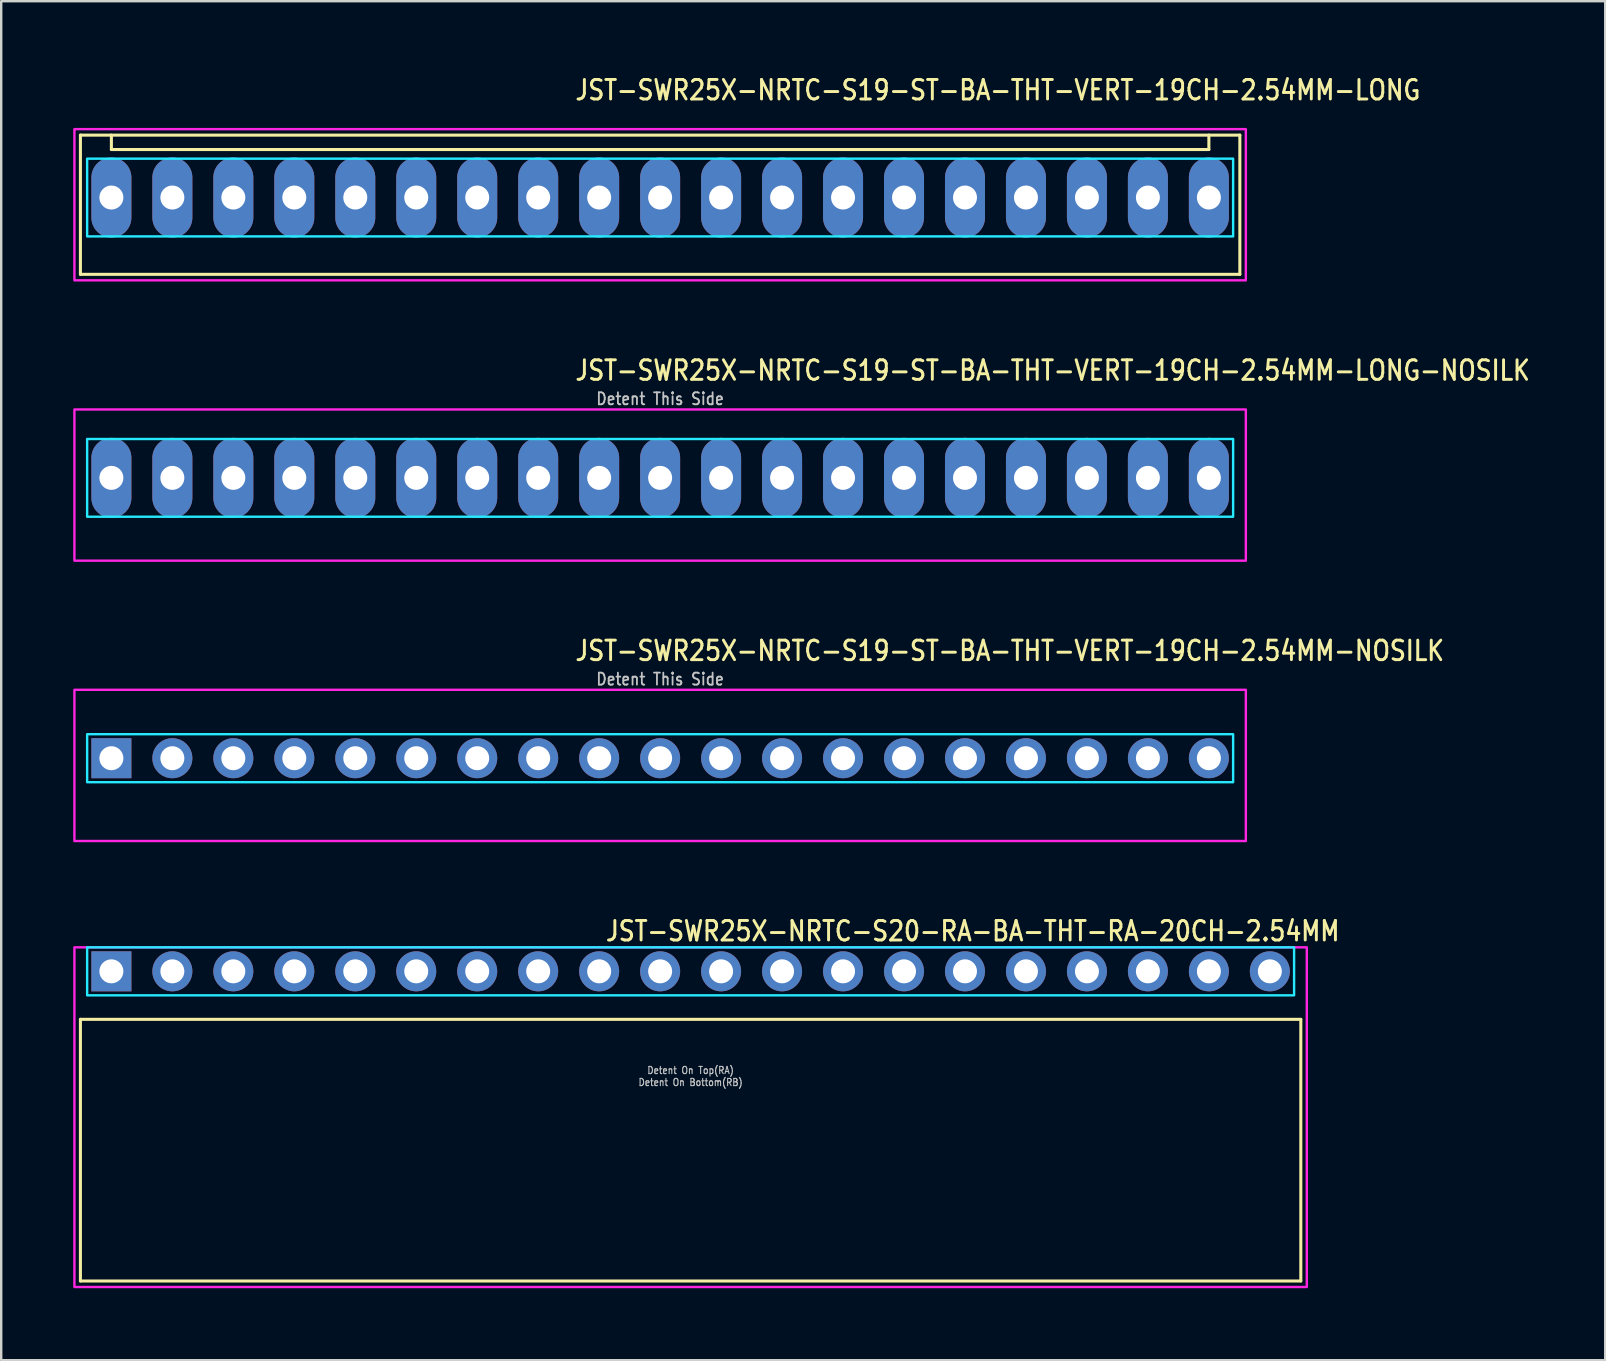
<source format=kicad_pcb>
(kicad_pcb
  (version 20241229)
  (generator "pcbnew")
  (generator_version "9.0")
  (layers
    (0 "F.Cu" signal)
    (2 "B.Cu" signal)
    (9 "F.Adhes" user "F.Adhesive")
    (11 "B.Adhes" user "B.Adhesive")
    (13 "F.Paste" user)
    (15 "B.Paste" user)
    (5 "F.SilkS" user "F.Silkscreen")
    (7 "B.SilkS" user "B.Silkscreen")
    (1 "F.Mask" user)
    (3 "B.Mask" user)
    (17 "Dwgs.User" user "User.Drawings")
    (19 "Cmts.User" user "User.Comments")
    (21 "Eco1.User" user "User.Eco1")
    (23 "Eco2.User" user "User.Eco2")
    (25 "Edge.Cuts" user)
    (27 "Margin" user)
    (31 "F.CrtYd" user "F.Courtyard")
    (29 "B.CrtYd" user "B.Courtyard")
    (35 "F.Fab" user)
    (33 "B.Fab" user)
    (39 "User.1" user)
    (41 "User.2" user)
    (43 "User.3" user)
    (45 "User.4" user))
  (footprint "JST-SWR25X-NRTC-S19-ST-BA-THT-VERT-19CH-2.54MM-NOSILK"
    (layer "F.Cu")
    (at 24.45 28.536)
    (property "Reference" "JST-SWR25X-NRTC-S19-ST-BA-THT-VERT-19CH-2.54MM-NOSILK" (at -3.6 -4 0) (unlocked yes) (layer "F.SilkS") (effects (font (size 0.813 0.695) (thickness 0.122)) (justify left bottom)))
    (fp_poly (pts (xy -23.87 -1) (xy -23.87 1) (xy 23.87 1) (xy 23.87 -1)) (stroke (width 0.1) (type solid)) (fill no) (layer "B.CrtYd"))
    (fp_poly (pts (xy -24.4 -2.85) (xy -24.4 3.45) (xy 24.4 3.45) (xy 24.4 -2.85)) (stroke (width 0.1) (type solid)) (fill no) (layer "F.CrtYd"))
    (fp_text user "Detent This Side" (at 0 -3 0) (unlocked yes) (layer "Dwgs.User") (effects (font (size 0.5 0.427) (thickness 0.075)) (justify bottom)))
    (pad "1" thru_hole rect (at -22.86 0) (size 1.667 1.667) (drill 1) (layers "*.Cu" "*.Mask"))
    (pad "2" thru_hole oval (at -20.32 0) (size 1.667 1.667) (drill 1) (layers "*.Cu" "*.Mask"))
    (pad "3" thru_hole oval (at -17.78 0) (size 1.667 1.667) (drill 1) (layers "*.Cu" "*.Mask"))
    (pad "4" thru_hole oval (at -15.24 0) (size 1.667 1.667) (drill 1) (layers "*.Cu" "*.Mask"))
    (pad "5" thru_hole oval (at -12.7 0) (size 1.667 1.667) (drill 1) (layers "*.Cu" "*.Mask"))
    (pad "6" thru_hole oval (at -10.16 0) (size 1.667 1.667) (drill 1) (layers "*.Cu" "*.Mask"))
    (pad "7" thru_hole oval (at -7.62 0) (size 1.667 1.667) (drill 1) (layers "*.Cu" "*.Mask"))
    (pad "8" thru_hole oval (at -5.08 0) (size 1.667 1.667) (drill 1) (layers "*.Cu" "*.Mask"))
    (pad "9" thru_hole oval (at -2.54 0) (size 1.667 1.667) (drill 1) (layers "*.Cu" "*.Mask"))
    (pad "10" thru_hole oval (at 0 0) (size 1.667 1.667) (drill 1) (layers "*.Cu" "*.Mask"))
    (pad "11" thru_hole oval (at 2.54 0) (size 1.667 1.667) (drill 1) (layers "*.Cu" "*.Mask"))
    (pad "12" thru_hole oval (at 5.08 0) (size 1.667 1.667) (drill 1) (layers "*.Cu" "*.Mask"))
    (pad "13" thru_hole oval (at 7.62 0) (size 1.667 1.667) (drill 1) (layers "*.Cu" "*.Mask"))
    (pad "14" thru_hole oval (at 10.16 0) (size 1.667 1.667) (drill 1) (layers "*.Cu" "*.Mask"))
    (pad "15" thru_hole oval (at 12.7 0) (size 1.667 1.667) (drill 1) (layers "*.Cu" "*.Mask"))
    (pad "16" thru_hole oval (at 15.24 0) (size 1.667 1.667) (drill 1) (layers "*.Cu" "*.Mask"))
    (pad "17" thru_hole oval (at 17.78 0) (size 1.667 1.667) (drill 1) (layers "*.Cu" "*.Mask"))
    (pad "18" thru_hole oval (at 20.32 0) (size 1.667 1.667) (drill 1) (layers "*.Cu" "*.Mask"))
    (pad "19" thru_hole oval (at 22.86 0) (size 1.667 1.667) (drill 1) (layers "*.Cu" "*.Mask")))
  (footprint "JST-SWR25X-NRTC-S19-ST-BA-THT-VERT-19CH-2.54MM-LONG"
    (layer "F.Cu")
    (at 24.45 5.179)
    (property "Reference" "JST-SWR25X-NRTC-S19-ST-BA-THT-VERT-19CH-2.54MM-LONG" (at -3.6 -4 0) (unlocked yes) (layer "F.SilkS") (effects (font (size 0.813 0.695) (thickness 0.122)) (justify left bottom)))
    (fp_line (start -24.15 -2.6) (end 24.15 -2.6) (stroke (width 0.127) (type solid)) (layer "F.SilkS"))
    (fp_line (start -24.15 3.2) (end -24.15 -2.6) (stroke (width 0.127) (type solid)) (layer "F.SilkS"))
    (fp_line (start -24.15 3.2) (end 24.15 3.2) (stroke (width 0.127) (type solid)) (layer "F.SilkS"))
    (fp_line (start -22.86 -2.6) (end -22.86 -2) (stroke (width 0.127) (type solid)) (layer "F.SilkS"))
    (fp_line (start -22.86 -2) (end 22.86 -2) (stroke (width 0.127) (type solid)) (layer "F.SilkS"))
    (fp_line (start 22.86 -2.6) (end 22.86 -2) (stroke (width 0.127) (type solid)) (layer "F.SilkS"))
    (fp_line (start 24.15 -2.6) (end 24.15 3.2) (stroke (width 0.127) (type solid)) (layer "F.SilkS"))
    (fp_poly (pts (xy -23.87 -1.62) (xy -23.87 1.62) (xy 23.87 1.62) (xy 23.87 -1.62)) (stroke (width 0.1) (type solid)) (fill no) (layer "B.CrtYd"))
    (fp_poly (pts (xy -24.4 -2.85) (xy -24.4 3.45) (xy 24.4 3.45) (xy 24.4 -2.85)) (stroke (width 0.1) (type solid)) (fill no) (layer "F.CrtYd"))
    (pad "1" thru_hole oval (at -22.86 0 90) (size 3.333 1.667) (drill 1) (layers "*.Cu" "*.Mask"))
    (pad "2" thru_hole oval (at -20.32 0 90) (size 3.333 1.667) (drill 1) (layers "*.Cu" "*.Mask"))
    (pad "3" thru_hole oval (at -17.78 0 90) (size 3.333 1.667) (drill 1) (layers "*.Cu" "*.Mask"))
    (pad "4" thru_hole oval (at -15.24 0 90) (size 3.333 1.667) (drill 1) (layers "*.Cu" "*.Mask"))
    (pad "5" thru_hole oval (at -12.7 0 90) (size 3.333 1.667) (drill 1) (layers "*.Cu" "*.Mask"))
    (pad "6" thru_hole oval (at -10.16 0 90) (size 3.333 1.667) (drill 1) (layers "*.Cu" "*.Mask"))
    (pad "7" thru_hole oval (at -7.62 0 90) (size 3.333 1.667) (drill 1) (layers "*.Cu" "*.Mask"))
    (pad "8" thru_hole oval (at -5.08 0 90) (size 3.333 1.667) (drill 1) (layers "*.Cu" "*.Mask"))
    (pad "9" thru_hole oval (at -2.54 0 90) (size 3.333 1.667) (drill 1) (layers "*.Cu" "*.Mask"))
    (pad "10" thru_hole oval (at 0 0 90) (size 3.333 1.667) (drill 1) (layers "*.Cu" "*.Mask"))
    (pad "11" thru_hole oval (at 2.54 0 90) (size 3.333 1.667) (drill 1) (layers "*.Cu" "*.Mask"))
    (pad "12" thru_hole oval (at 5.08 0 90) (size 3.333 1.667) (drill 1) (layers "*.Cu" "*.Mask"))
    (pad "13" thru_hole oval (at 7.62 0 90) (size 3.333 1.667) (drill 1) (layers "*.Cu" "*.Mask"))
    (pad "14" thru_hole oval (at 10.16 0 90) (size 3.333 1.667) (drill 1) (layers "*.Cu" "*.Mask"))
    (pad "15" thru_hole oval (at 12.7 0 90) (size 3.333 1.667) (drill 1) (layers "*.Cu" "*.Mask"))
    (pad "16" thru_hole oval (at 15.24 0 90) (size 3.333 1.667) (drill 1) (layers "*.Cu" "*.Mask"))
    (pad "17" thru_hole oval (at 17.78 0 90) (size 3.333 1.667) (drill 1) (layers "*.Cu" "*.Mask"))
    (pad "18" thru_hole oval (at 20.32 0 90) (size 3.333 1.667) (drill 1) (layers "*.Cu" "*.Mask"))
    (pad "19" thru_hole oval (at 22.86 0 90) (size 3.333 1.667) (drill 1) (layers "*.Cu" "*.Mask")))
  (footprint "JST-SWR25X-NRTC-S19-ST-BA-THT-VERT-19CH-2.54MM-LONG-NOSILK"
    (layer "F.Cu")
    (at 24.45 16.857)
    (property "Reference" "JST-SWR25X-NRTC-S19-ST-BA-THT-VERT-19CH-2.54MM-LONG-NOSILK" (at -3.6 -4 0) (unlocked yes) (layer "F.SilkS") (effects (font (size 0.813 0.695) (thickness 0.122)) (justify left bottom)))
    (fp_poly (pts (xy -23.87 -1.62) (xy -23.87 1.62) (xy 23.87 1.62) (xy 23.87 -1.62)) (stroke (width 0.1) (type solid)) (fill no) (layer "B.CrtYd"))
    (fp_poly (pts (xy -24.4 -2.85) (xy -24.4 3.45) (xy 24.4 3.45) (xy 24.4 -2.85)) (stroke (width 0.1) (type solid)) (fill no) (layer "F.CrtYd"))
    (fp_text user "Detent This Side" (at 0 -3 0) (unlocked yes) (layer "Dwgs.User") (effects (font (size 0.5 0.427) (thickness 0.075)) (justify bottom)))
    (pad "1" thru_hole oval (at -22.86 0 90) (size 3.333 1.667) (drill 1) (layers "*.Cu" "*.Mask"))
    (pad "2" thru_hole oval (at -20.32 0 90) (size 3.333 1.667) (drill 1) (layers "*.Cu" "*.Mask"))
    (pad "3" thru_hole oval (at -17.78 0 90) (size 3.333 1.667) (drill 1) (layers "*.Cu" "*.Mask"))
    (pad "4" thru_hole oval (at -15.24 0 90) (size 3.333 1.667) (drill 1) (layers "*.Cu" "*.Mask"))
    (pad "5" thru_hole oval (at -12.7 0 90) (size 3.333 1.667) (drill 1) (layers "*.Cu" "*.Mask"))
    (pad "6" thru_hole oval (at -10.16 0 90) (size 3.333 1.667) (drill 1) (layers "*.Cu" "*.Mask"))
    (pad "7" thru_hole oval (at -7.62 0 90) (size 3.333 1.667) (drill 1) (layers "*.Cu" "*.Mask"))
    (pad "8" thru_hole oval (at -5.08 0 90) (size 3.333 1.667) (drill 1) (layers "*.Cu" "*.Mask"))
    (pad "9" thru_hole oval (at -2.54 0 90) (size 3.333 1.667) (drill 1) (layers "*.Cu" "*.Mask"))
    (pad "10" thru_hole oval (at 0 0 90) (size 3.333 1.667) (drill 1) (layers "*.Cu" "*.Mask"))
    (pad "11" thru_hole oval (at 2.54 0 90) (size 3.333 1.667) (drill 1) (layers "*.Cu" "*.Mask"))
    (pad "12" thru_hole oval (at 5.08 0 90) (size 3.333 1.667) (drill 1) (layers "*.Cu" "*.Mask"))
    (pad "13" thru_hole oval (at 7.62 0 90) (size 3.333 1.667) (drill 1) (layers "*.Cu" "*.Mask"))
    (pad "14" thru_hole oval (at 10.16 0 90) (size 3.333 1.667) (drill 1) (layers "*.Cu" "*.Mask"))
    (pad "15" thru_hole oval (at 12.7 0 90) (size 3.333 1.667) (drill 1) (layers "*.Cu" "*.Mask"))
    (pad "16" thru_hole oval (at 15.24 0 90) (size 3.333 1.667) (drill 1) (layers "*.Cu" "*.Mask"))
    (pad "17" thru_hole oval (at 17.78 0 90) (size 3.333 1.667) (drill 1) (layers "*.Cu" "*.Mask"))
    (pad "18" thru_hole oval (at 20.32 0 90) (size 3.333 1.667) (drill 1) (layers "*.Cu" "*.Mask"))
    (pad "19" thru_hole oval (at 22.86 0 90) (size 3.333 1.667) (drill 1) (layers "*.Cu" "*.Mask")))
  (footprint "JST-SWR25X-NRTC-S20-RA-BA-THT-RA-20CH-2.54MM"
    (layer "F.Cu")
    (at 25.72 37.414)
    (property "Reference" "JST-SWR25X-NRTC-S20-RA-BA-THT-RA-20CH-2.54MM" (at -3.6 -1.2 0) (unlocked yes) (layer "F.SilkS") (effects (font (size 0.813 0.695) (thickness 0.122)) (justify left bottom)))
    (fp_line (start -25.42 2) (end 25.42 2) (stroke (width 0.127) (type solid)) (layer "F.SilkS"))
    (fp_line (start -25.42 12.9) (end -25.42 2) (stroke (width 0.127) (type solid)) (layer "F.SilkS"))
    (fp_line (start -25.42 12.9) (end 25.42 12.9) (stroke (width 0.127) (type solid)) (layer "F.SilkS"))
    (fp_line (start 25.42 2) (end 25.42 12.9) (stroke (width 0.127) (type solid)) (layer "F.SilkS"))
    (fp_poly (pts (xy -25.14 -1) (xy -25.14 1) (xy 25.14 1) (xy 25.14 -1)) (stroke (width 0.1) (type solid)) (fill no) (layer "B.CrtYd"))
    (fp_poly (pts (xy -25.67 -1) (xy -25.67 13.15) (xy 25.67 13.15) (xy 25.67 -1)) (stroke (width 0.1) (type solid)) (fill no) (layer "F.CrtYd"))
    (fp_text user "Detent On Bottom(RB)" (at 0 4.8 0) (unlocked yes) (layer "Dwgs.User") (effects (font (size 0.3 0.257) (thickness 0.045)) (justify bottom)))
    (fp_text user "Detent On Top(RA)" (at 0 4.3 0) (unlocked yes) (layer "Dwgs.User") (effects (font (size 0.3 0.257) (thickness 0.045)) (justify bottom)))
    (pad "1" thru_hole rect (at -24.13 0) (size 1.667 1.667) (drill 1) (layers "*.Cu" "*.Mask"))
    (pad "2" thru_hole oval (at -21.59 0) (size 1.667 1.667) (drill 1) (layers "*.Cu" "*.Mask"))
    (pad "3" thru_hole oval (at -19.05 0) (size 1.667 1.667) (drill 1) (layers "*.Cu" "*.Mask"))
    (pad "4" thru_hole oval (at -16.51 0) (size 1.667 1.667) (drill 1) (layers "*.Cu" "*.Mask"))
    (pad "5" thru_hole oval (at -13.97 0) (size 1.667 1.667) (drill 1) (layers "*.Cu" "*.Mask"))
    (pad "6" thru_hole oval (at -11.43 0) (size 1.667 1.667) (drill 1) (layers "*.Cu" "*.Mask"))
    (pad "7" thru_hole oval (at -8.89 0) (size 1.667 1.667) (drill 1) (layers "*.Cu" "*.Mask"))
    (pad "8" thru_hole oval (at -6.35 0) (size 1.667 1.667) (drill 1) (layers "*.Cu" "*.Mask"))
    (pad "9" thru_hole oval (at -3.81 0) (size 1.667 1.667) (drill 1) (layers "*.Cu" "*.Mask"))
    (pad "10" thru_hole oval (at -1.27 0) (size 1.667 1.667) (drill 1) (layers "*.Cu" "*.Mask"))
    (pad "11" thru_hole oval (at 1.27 0) (size 1.667 1.667) (drill 1) (layers "*.Cu" "*.Mask"))
    (pad "12" thru_hole oval (at 3.81 0) (size 1.667 1.667) (drill 1) (layers "*.Cu" "*.Mask"))
    (pad "13" thru_hole oval (at 6.35 0) (size 1.667 1.667) (drill 1) (layers "*.Cu" "*.Mask"))
    (pad "14" thru_hole oval (at 8.89 0) (size 1.667 1.667) (drill 1) (layers "*.Cu" "*.Mask"))
    (pad "15" thru_hole oval (at 11.43 0) (size 1.667 1.667) (drill 1) (layers "*.Cu" "*.Mask"))
    (pad "16" thru_hole oval (at 13.97 0) (size 1.667 1.667) (drill 1) (layers "*.Cu" "*.Mask"))
    (pad "17" thru_hole oval (at 16.51 0) (size 1.667 1.667) (drill 1) (layers "*.Cu" "*.Mask"))
    (pad "18" thru_hole oval (at 19.05 0) (size 1.667 1.667) (drill 1) (layers "*.Cu" "*.Mask"))
    (pad "19" thru_hole oval (at 21.59 0) (size 1.667 1.667) (drill 1) (layers "*.Cu" "*.Mask"))
    (pad "20" thru_hole oval (at 24.13 0) (size 1.667 1.667) (drill 1) (layers "*.Cu" "*.Mask")))
  (gr_rect
    (start -3 -3)
    (end 63.821 53.614)
    (stroke (width 0.1) (type default))
    (fill no)
    (layer "Edge.Cuts")))
</source>
